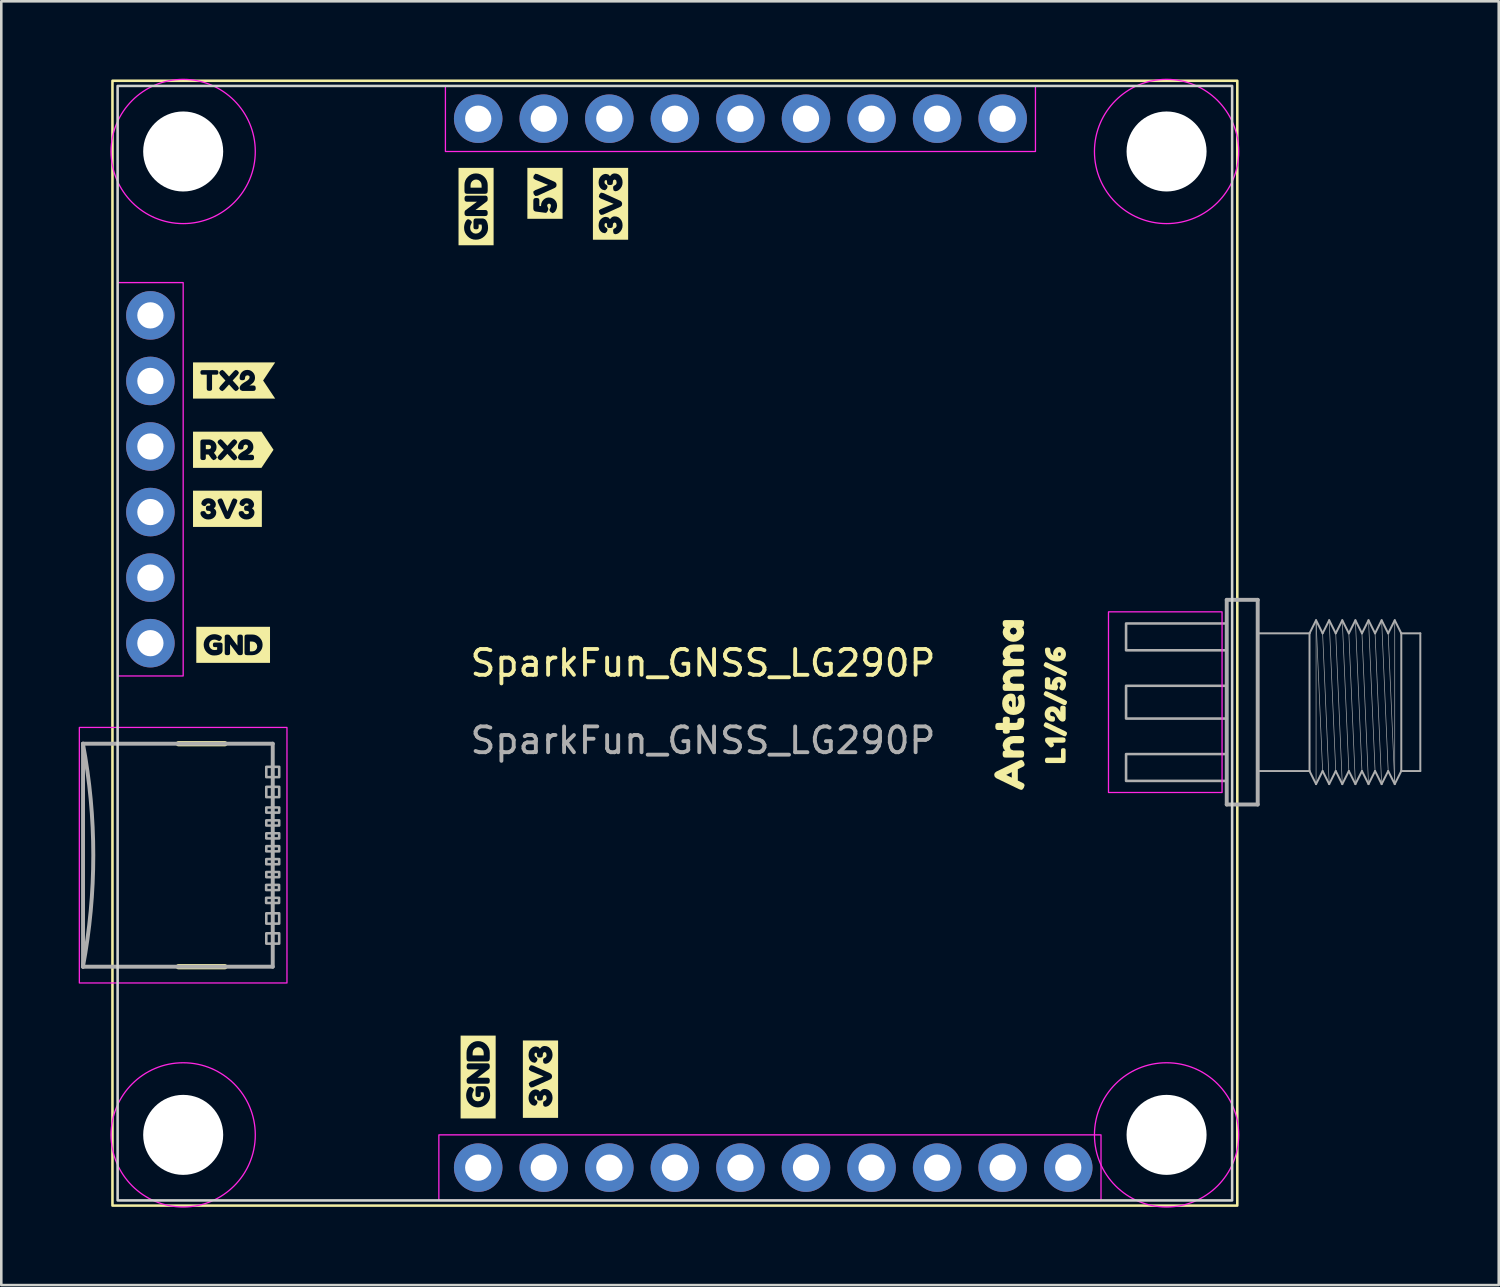
<source format=kicad_pcb>
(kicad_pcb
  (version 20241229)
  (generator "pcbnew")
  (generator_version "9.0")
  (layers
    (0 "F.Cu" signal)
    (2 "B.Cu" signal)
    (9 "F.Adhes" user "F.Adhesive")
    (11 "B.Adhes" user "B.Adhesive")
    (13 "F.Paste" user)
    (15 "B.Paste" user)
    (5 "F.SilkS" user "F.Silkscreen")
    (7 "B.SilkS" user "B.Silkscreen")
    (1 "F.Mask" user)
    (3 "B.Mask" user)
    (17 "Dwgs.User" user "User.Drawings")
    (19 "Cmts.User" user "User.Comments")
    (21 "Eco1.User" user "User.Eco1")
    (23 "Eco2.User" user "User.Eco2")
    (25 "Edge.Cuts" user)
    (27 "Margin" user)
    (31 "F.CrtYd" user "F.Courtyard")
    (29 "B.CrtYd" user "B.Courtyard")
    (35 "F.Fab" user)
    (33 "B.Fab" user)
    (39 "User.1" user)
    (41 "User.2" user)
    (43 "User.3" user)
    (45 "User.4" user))
  (footprint "SparkFun_GNSS_LG290P"
    (layer "F.Cu")
    (at 24.186 23.139)
    (property "Reference" "SparkFun_GNSS_LG290P" (at 0 -0.5 0) (unlocked yes) (layer "F.SilkS") (effects (font (size 1 1) (thickness 0.15))))
    (attr through_hole)
    (fp_line (start -18.524 2.625) (end -20.324 2.625) (stroke (width 0.203) (type solid)) (layer "F.SilkS"))
    (fp_line (start -18.524 11.265) (end -20.324 11.265) (stroke (width 0.203) (type solid)) (layer "F.SilkS"))
    (fp_rect (start -22.879 -23.06) (end 20.701 20.52) (stroke (width 0.1) (type solid)) (fill no) (layer "F.SilkS"))
    (fp_poly (pts (xy -19.262 -8.786) (xy -19.137 -8.786) (xy -19.082 -8.807) (xy -19.055 -8.87) (xy -19.08 -8.93) (xy -19.139 -8.954) (xy -19.262 -8.954) (xy -19.262 -8.786)) (stroke (width 0) (type solid)) (fill yes) (layer "F.SilkS"))
    (fp_poly (pts (xy 14.092 -0.053) (xy 14.042 0.01) (xy 13.971 -0.002) (xy 13.253 -0.346) (xy 13.198 -0.397) (xy 13.214 -0.475) (xy 13.267 -0.539) (xy 13.341 -0.523) (xy 14.052 -0.181) (xy 14.107 -0.132) (xy 14.092 -0.053)) (stroke (width 0) (type solid)) (fill yes) (layer "F.SilkS"))
    (fp_poly (pts (xy 14.092 1.071) (xy 14.042 1.134) (xy 13.971 1.122) (xy 13.253 0.778) (xy 13.198 0.727) (xy 13.214 0.649) (xy 13.267 0.585) (xy 13.341 0.601) (xy 14.052 0.943) (xy 14.107 0.992) (xy 14.092 1.071)) (stroke (width 0) (type solid)) (fill yes) (layer "F.SilkS"))
    (fp_poly (pts (xy 14.092 2.279) (xy 14.042 2.342) (xy 13.971 2.329) (xy 13.253 1.986) (xy 13.198 1.935) (xy 13.214 1.856) (xy 13.267 1.792) (xy 13.341 1.808) (xy 14.052 2.15) (xy 14.107 2.2) (xy 14.092 2.279)) (stroke (width 0) (type solid)) (fill yes) (layer "F.SilkS"))
    (fp_poly (pts (xy -17.554 -0.952) (xy -17.461 -0.952) (xy -17.389 -0.966) (xy -17.327 -1.007) (xy -17.285 -1.069) (xy -17.271 -1.142) (xy -17.285 -1.215) (xy -17.327 -1.277) (xy -17.389 -1.319) (xy -17.462 -1.333) (xy -17.554 -1.333) (xy -17.554 -0.952)) (stroke (width 0) (type solid)) (fill yes) (layer "F.SilkS"))
    (fp_poly (pts (xy -8.577 -18.917) (xy -8.577 -19.021) (xy -8.592 -19.102) (xy -8.639 -19.172) (xy -8.708 -19.219) (xy -8.79 -19.235) (xy -8.873 -19.219) (xy -8.942 -19.172) (xy -8.99 -19.102) (xy -9.005 -19.02) (xy -9.005 -18.917) (xy -8.577 -18.917)) (stroke (width 0) (type solid)) (fill yes) (layer "F.SilkS"))
    (fp_poly (pts (xy -8.496 14.701) (xy -8.496 14.597) (xy -8.512 14.515) (xy -8.559 14.446) (xy -8.628 14.399) (xy -8.71 14.383) (xy -8.792 14.399) (xy -8.862 14.446) (xy -8.909 14.515) (xy -8.925 14.598) (xy -8.925 14.701) (xy -8.496 14.701)) (stroke (width 0) (type solid)) (fill yes) (layer "F.SilkS"))
    (fp_poly (pts (xy 14.052 2.485) (xy 14.029 2.565) (xy 13.948 2.588) (xy 13.561 2.588) (xy 13.571 2.599) (xy 13.604 2.669) (xy 13.564 2.738) (xy 13.489 2.773) (xy 13.452 2.76) (xy 13.413 2.725) (xy 13.283 2.58) (xy 13.268 2.561) (xy 13.249 2.483) (xy 13.272 2.403) (xy 13.354 2.38) (xy 13.949 2.38) (xy 14.029 2.403) (xy 14.052 2.485)) (stroke (width 0) (type solid)) (fill yes) (layer "F.SilkS"))
    (fp_poly (pts (xy 14.05 3.271) (xy 14.042 3.33) (xy 14.015 3.362) (xy 13.984 3.373) (xy 13.944 3.375) (xy 13.353 3.375) (xy 13.314 3.373) (xy 13.283 3.362) (xy 13.257 3.33) (xy 13.249 3.27) (xy 13.257 3.21) (xy 13.283 3.178) (xy 13.314 3.167) (xy 13.354 3.166) (xy 13.871 3.166) (xy 13.871 2.886) (xy 13.873 2.854) (xy 13.882 2.827) (xy 13.909 2.805) (xy 13.96 2.798) (xy 14.011 2.805) (xy 14.038 2.827) (xy 14.048 2.855) (xy 14.05 2.887) (xy 14.05 3.271)) (stroke (width 0) (type solid)) (fill yes) (layer "F.SilkS"))
    (fp_poly (pts (xy 11.365 3.705) (xy 12.251 3.277) (xy 12.332 3.25) (xy 12.386 3.273) (xy 12.435 3.342) (xy 12.462 3.427) (xy 12.448 3.477) (xy 12.417 3.506) (xy 12.37 3.531) (xy 12.198 3.613) (xy 12.198 3.939) (xy 11.963 3.939) (xy 11.963 3.727) (xy 11.746 3.834) (xy 11.963 3.939) (xy 12.198 3.939) (xy 12.198 4.053) (xy 12.37 4.135) (xy 12.416 4.16) (xy 12.445 4.189) (xy 12.46 4.239) (xy 12.433 4.324) (xy 12.386 4.393) (xy 12.332 4.416) (xy 12.251 4.389) (xy 11.363 3.961) (xy 11.305 3.908) (xy 11.282 3.832) (xy 11.303 3.758) (xy 11.365 3.705)) (stroke (width 0) (type solid)) (fill yes) (layer "F.SilkS"))
    (fp_poly (pts (xy 11.609 -0.849) (xy 11.623 -0.949) (xy 11.663 -1.037) (xy 11.731 -1.114) (xy 11.818 -1.172) (xy 11.916 -1.207) (xy 12.027 -1.219) (xy 12.306 -1.219) (xy 12.361 -1.217) (xy 12.402 -1.203) (xy 12.434 -1.161) (xy 12.444 -1.08) (xy 12.43 -0.991) (xy 12.386 -0.949) (xy 12.305 -0.94) (xy 12.025 -0.94) (xy 11.924 -0.902) (xy 11.887 -0.802) (xy 11.925 -0.701) (xy 12.025 -0.662) (xy 12.306 -0.662) (xy 12.361 -0.66) (xy 12.402 -0.645) (xy 12.434 -0.604) (xy 12.444 -0.522) (xy 12.434 -0.442) (xy 12.402 -0.4) (xy 12.36 -0.387) (xy 12.305 -0.384) (xy 11.743 -0.384) (xy 11.69 -0.387) (xy 11.649 -0.402) (xy 11.619 -0.443) (xy 11.609 -0.524) (xy 11.619 -0.602) (xy 11.646 -0.643) (xy 11.711 -0.659) (xy 11.679 -0.687) (xy 11.646 -0.73) (xy 11.609 -0.849)) (stroke (width 0) (type solid)) (fill yes) (layer "F.SilkS"))
    (fp_poly (pts (xy 11.609 0.113) (xy 11.623 0.013) (xy 11.663 -0.075) (xy 11.731 -0.152) (xy 11.818 -0.21) (xy 11.916 -0.245) (xy 12.027 -0.257) (xy 12.306 -0.257) (xy 12.361 -0.255) (xy 12.402 -0.241) (xy 12.434 -0.199) (xy 12.444 -0.117) (xy 12.43 -0.029) (xy 12.386 0.013) (xy 12.305 0.022) (xy 12.025 0.022) (xy 11.924 0.06) (xy 11.887 0.16) (xy 11.925 0.261) (xy 12.025 0.3) (xy 12.306 0.3) (xy 12.361 0.302) (xy 12.402 0.317) (xy 12.434 0.358) (xy 12.444 0.44) (xy 12.434 0.52) (xy 12.402 0.562) (xy 12.36 0.575) (xy 12.305 0.578) (xy 11.743 0.578) (xy 11.69 0.575) (xy 11.649 0.56) (xy 11.619 0.519) (xy 11.609 0.438) (xy 11.619 0.36) (xy 11.646 0.319) (xy 11.711 0.303) (xy 11.679 0.275) (xy 11.646 0.232) (xy 11.609 0.113)) (stroke (width 0) (type solid)) (fill yes) (layer "F.SilkS"))
    (fp_poly (pts (xy 11.609 2.697) (xy 11.623 2.597) (xy 11.663 2.509) (xy 11.731 2.433) (xy 11.818 2.374) (xy 11.916 2.339) (xy 12.027 2.327) (xy 12.306 2.327) (xy 12.361 2.33) (xy 12.402 2.343) (xy 12.434 2.385) (xy 12.444 2.467) (xy 12.43 2.556) (xy 12.386 2.597) (xy 12.305 2.607) (xy 12.025 2.607) (xy 11.924 2.644) (xy 11.887 2.744) (xy 11.925 2.846) (xy 12.025 2.884) (xy 12.306 2.884) (xy 12.361 2.887) (xy 12.402 2.902) (xy 12.434 2.943) (xy 12.444 3.024) (xy 12.434 3.105) (xy 12.402 3.146) (xy 12.36 3.16) (xy 12.305 3.162) (xy 11.743 3.162) (xy 11.69 3.16) (xy 11.649 3.145) (xy 11.619 3.103) (xy 11.609 3.023) (xy 11.619 2.944) (xy 11.646 2.904) (xy 11.711 2.888) (xy 11.679 2.859) (xy 11.646 2.816) (xy 11.609 2.697)) (stroke (width 0) (type solid)) (fill yes) (layer "F.SilkS"))
    (fp_poly (pts (xy 11.698 -1.889) (xy 11.632 -1.925) (xy 11.609 -2.015) (xy 11.619 -2.107) (xy 11.652 -2.149) (xy 11.694 -2.163) (xy 11.749 -2.165) (xy 12.305 -2.165) (xy 12.36 -2.163) (xy 12.402 -2.149) (xy 12.433 -2.111) (xy 12.443 -2.041) (xy 12.421 -1.925) (xy 12.359 -1.891) (xy 12.422 -1.812) (xy 12.434 -1.741) (xy 12.165 -1.741) (xy 12.122 -1.839) (xy 12.028 -1.878) (xy 11.932 -1.841) (xy 11.887 -1.741) (xy 11.932 -1.639) (xy 12.029 -1.6) (xy 12.123 -1.641) (xy 12.165 -1.741) (xy 12.434 -1.741) (xy 12.443 -1.695) (xy 12.429 -1.605) (xy 12.387 -1.52) (xy 12.317 -1.44) (xy 12.229 -1.375) (xy 12.132 -1.335) (xy 12.026 -1.322) (xy 11.92 -1.336) (xy 11.823 -1.375) (xy 11.736 -1.441) (xy 11.666 -1.522) (xy 11.625 -1.609) (xy 11.611 -1.7) (xy 11.63 -1.799) (xy 11.666 -1.861) (xy 11.698 -1.889)) (stroke (width 0) (type solid)) (fill yes) (layer "F.SilkS"))
    (fp_poly (pts (xy 11.89 1.714) (xy 11.884 1.818) (xy 12.103 1.818) (xy 12.165 1.804) (xy 12.184 1.753) (xy 12.186 1.696) (xy 12.202 1.654) (xy 12.308 1.618) (xy 12.388 1.629) (xy 12.43 1.662) (xy 12.444 1.704) (xy 12.446 1.757) (xy 12.438 1.859) (xy 12.413 1.942) (xy 12.371 2.008) (xy 12.31 2.056) (xy 12.226 2.084) (xy 12.119 2.094) (xy 11.884 2.094) (xy 11.889 2.159) (xy 11.862 2.217) (xy 11.77 2.24) (xy 11.675 2.232) (xy 11.633 2.21) (xy 11.613 2.146) (xy 11.619 2.094) (xy 11.455 2.094) (xy 11.401 2.092) (xy 11.363 2.076) (xy 11.334 2.036) (xy 11.324 1.954) (xy 11.338 1.868) (xy 11.382 1.826) (xy 11.463 1.818) (xy 11.619 1.818) (xy 11.613 1.712) (xy 11.615 1.658) (xy 11.63 1.616) (xy 11.671 1.585) (xy 11.752 1.575) (xy 11.833 1.586) (xy 11.875 1.618) (xy 11.888 1.66) (xy 11.89 1.714)) (stroke (width 0) (type solid)) (fill yes) (layer "F.SilkS"))
    (fp_poly (pts (xy 12.119 0.837) (xy 12.119 1.016) (xy 11.975 1.016) (xy 11.924 0.956) (xy 11.865 0.983) (xy 11.843 1.063) (xy 11.885 1.165) (xy 11.975 1.216) (xy 11.975 1.016) (xy 12.119 1.016) (xy 12.119 1.213) (xy 12.194 1.16) (xy 12.224 1.056) (xy 12.219 0.974) (xy 12.205 0.911) (xy 12.198 0.894) (xy 12.181 0.83) (xy 12.252 0.743) (xy 12.325 0.722) (xy 12.387 0.743) (xy 12.431 0.807) (xy 12.458 0.913) (xy 12.467 1.06) (xy 12.457 1.171) (xy 12.426 1.269) (xy 12.379 1.35) (xy 12.319 1.411) (xy 12.23 1.467) (xy 12.134 1.5) (xy 12.032 1.511) (xy 11.907 1.497) (xy 11.801 1.454) (xy 11.712 1.382) (xy 11.645 1.289) (xy 11.605 1.181) (xy 11.592 1.059) (xy 11.602 0.956) (xy 11.631 0.868) (xy 11.679 0.794) (xy 11.748 0.735) (xy 11.834 0.695) (xy 11.928 0.681) (xy 12.013 0.693) (xy 12.072 0.729) (xy 12.119 0.837)) (stroke (width 0) (type solid)) (fill yes) (layer "F.SilkS"))
    (fp_poly (pts (xy 14.065 0.31) (xy 14.06 0.372) (xy 14.045 0.429) (xy 14.005 0.507) (xy 13.984 0.531) (xy 13.915 0.574) (xy 13.837 0.532) (xy 13.798 0.461) (xy 13.836 0.383) (xy 13.854 0.317) (xy 13.837 0.262) (xy 13.789 0.243) (xy 13.741 0.263) (xy 13.722 0.314) (xy 13.738 0.358) (xy 13.766 0.422) (xy 13.743 0.497) (xy 13.709 0.548) (xy 13.675 0.562) (xy 13.35 0.52) (xy 13.318 0.514) (xy 13.287 0.501) (xy 13.257 0.469) (xy 13.246 0.414) (xy 13.247 0.152) (xy 13.25 0.113) (xy 13.261 0.082) (xy 13.293 0.056) (xy 13.355 0.048) (xy 13.412 0.055) (xy 13.443 0.08) (xy 13.453 0.11) (xy 13.455 0.146) (xy 13.455 0.323) (xy 13.515 0.331) (xy 13.513 0.311) (xy 13.513 0.306) (xy 13.522 0.236) (xy 13.549 0.172) (xy 13.594 0.114) (xy 13.65 0.069) (xy 13.713 0.041) (xy 13.781 0.032) (xy 13.857 0.041) (xy 13.924 0.068) (xy 13.983 0.112) (xy 14.028 0.17) (xy 14.055 0.236) (xy 14.065 0.31)) (stroke (width 0) (type solid)) (fill yes) (layer "F.SilkS"))
    (fp_poly (pts (xy 14.063 -0.849) (xy 14.063 -0.845) (xy 13.868 -0.845) (xy 13.853 -0.9) (xy 13.807 -0.917) (xy 13.766 -0.898) (xy 13.751 -0.852) (xy 13.766 -0.795) (xy 13.805 -0.775) (xy 13.853 -0.791) (xy 13.868 -0.845) (xy 14.063 -0.845) (xy 14.054 -0.766) (xy 14.024 -0.695) (xy 13.976 -0.637) (xy 13.91 -0.594) (xy 13.83 -0.568) (xy 13.735 -0.56) (xy 13.652 -0.565) (xy 13.575 -0.579) (xy 13.505 -0.604) (xy 13.441 -0.638) (xy 13.384 -0.682) (xy 13.324 -0.748) (xy 13.282 -0.823) (xy 13.257 -0.908) (xy 13.249 -1.002) (xy 13.251 -1.04) (xy 13.262 -1.07) (xy 13.294 -1.095) (xy 13.354 -1.102) (xy 13.413 -1.094) (xy 13.445 -1.068) (xy 13.456 -1.036) (xy 13.458 -0.997) (xy 13.467 -0.922) (xy 13.495 -0.865) (xy 13.533 -0.824) (xy 13.575 -0.797) (xy 13.563 -0.857) (xy 13.571 -0.926) (xy 13.595 -0.988) (xy 13.635 -1.044) (xy 13.685 -1.089) (xy 13.741 -1.115) (xy 13.801 -1.124) (xy 13.871 -1.115) (xy 13.933 -1.089) (xy 13.987 -1.044) (xy 14.03 -0.987) (xy 14.055 -0.922) (xy 14.063 -0.849)) (stroke (width 0) (type solid)) (fill yes) (layer "F.SilkS"))
    (fp_poly (pts (xy 14.052 1.667) (xy 14.02 1.741) (xy 13.946 1.772) (xy 13.887 1.761) (xy 13.834 1.73) (xy 13.794 1.691) (xy 13.752 1.635) (xy 13.712 1.575) (xy 13.68 1.52) (xy 13.648 1.47) (xy 13.609 1.427) (xy 13.566 1.396) (xy 13.522 1.386) (xy 13.492 1.39) (xy 13.462 1.415) (xy 13.447 1.473) (xy 13.47 1.54) (xy 13.542 1.562) (xy 13.578 1.564) (xy 13.607 1.575) (xy 13.631 1.607) (xy 13.639 1.667) (xy 13.631 1.727) (xy 13.604 1.759) (xy 13.573 1.77) (xy 13.533 1.772) (xy 13.46 1.762) (xy 13.392 1.735) (xy 13.329 1.689) (xy 13.278 1.629) (xy 13.247 1.557) (xy 13.237 1.474) (xy 13.247 1.395) (xy 13.276 1.324) (xy 13.325 1.262) (xy 13.388 1.214) (xy 13.459 1.185) (xy 13.539 1.175) (xy 13.597 1.181) (xy 13.651 1.198) (xy 13.7 1.224) (xy 13.741 1.257) (xy 13.801 1.326) (xy 13.841 1.395) (xy 13.841 1.252) (xy 13.844 1.213) (xy 13.855 1.182) (xy 13.887 1.156) (xy 13.948 1.148) (xy 14.007 1.156) (xy 14.038 1.182) (xy 14.05 1.215) (xy 14.052 1.254) (xy 14.052 1.667)) (stroke (width 0) (type solid)) (fill yes) (layer "F.SilkS"))
    (fp_poly (pts (xy -6.804 -17.928) (xy -6.804 -17.713) (xy -5.439 -17.713) (xy -5.439 -17.928) (xy -5.439 -18.225) (xy -5.653 -18.225) (xy -5.659 -18.156) (xy -5.676 -18.091) (xy -5.72 -18.004) (xy -5.743 -17.977) (xy -5.822 -17.928) (xy -5.91 -17.976) (xy -5.953 -18.055) (xy -5.911 -18.143) (xy -5.89 -18.218) (xy -5.91 -18.279) (xy -5.964 -18.301) (xy -6.017 -18.278) (xy -6.038 -18.221) (xy -6.02 -18.171) (xy -5.989 -18.099) (xy -6.015 -18.015) (xy -6.054 -17.958) (xy -6.091 -17.942) (xy -6.457 -17.99) (xy -6.493 -17.996) (xy -6.528 -18.011) (xy -6.562 -18.047) (xy -6.574 -18.108) (xy -6.573 -18.403) (xy -6.57 -18.447) (xy -6.558 -18.482) (xy -6.522 -18.511) (xy -6.452 -18.52) (xy -6.387 -18.512) (xy -6.353 -18.484) (xy -6.342 -18.451) (xy -6.34 -18.409) (xy -6.34 -18.211) (xy -6.271 -18.202) (xy -6.274 -18.224) (xy -6.274 -18.23) (xy -6.264 -18.309) (xy -6.234 -18.38) (xy -6.183 -18.446) (xy -6.119 -18.497) (xy -6.049 -18.528) (xy -5.973 -18.538) (xy -5.887 -18.528) (xy -5.812 -18.498) (xy -5.745 -18.448) (xy -5.694 -18.383) (xy -5.664 -18.309) (xy -5.653 -18.225) (xy -5.439 -18.225) (xy -5.439 -19.027) (xy -5.671 -19.027) (xy -5.687 -18.955) (xy -5.736 -18.912) (xy -6.407 -18.606) (xy -6.496 -18.594) (xy -6.557 -18.666) (xy -6.577 -18.762) (xy -6.503 -18.821) (xy -6.002 -19.025) (xy -6.503 -19.228) (xy -6.576 -19.289) (xy -6.557 -19.384) (xy -6.495 -19.458) (xy -6.407 -19.443) (xy -5.736 -19.138) (xy -5.689 -19.094) (xy -5.671 -19.027) (xy -5.439 -19.027) (xy -5.439 -19.47) (xy -5.439 -19.685) (xy -6.804 -19.685) (xy -6.804 -19.47) (xy -6.804 -17.928)) (stroke (width 0) (type solid)) (fill yes) (layer "F.SilkS"))
    (fp_poly (pts (xy -19.472 -12.148) (xy -19.758 -12.148) (xy -19.758 -10.746) (xy -19.472 -10.746) (xy -19.124 -10.746) (xy -19.124 -11.046) (xy -19.183 -11.054) (xy -19.214 -11.08) (xy -19.224 -11.111) (xy -19.226 -11.149) (xy -19.226 -11.672) (xy -19.385 -11.672) (xy -19.418 -11.674) (xy -19.443 -11.683) (xy -19.465 -11.71) (xy -19.472 -11.761) (xy -19.465 -11.811) (xy -19.443 -11.837) (xy -19.416 -11.846) (xy -19.384 -11.848) (xy -18.861 -11.848) (xy -18.828 -11.846) (xy -18.802 -11.837) (xy -18.781 -11.81) (xy -18.774 -11.76) (xy -18.781 -11.71) (xy -18.803 -11.683) (xy -18.829 -11.674) (xy -18.862 -11.672) (xy -19.02 -11.672) (xy -19.02 -11.148) (xy -19.022 -11.109) (xy -19.032 -11.079) (xy -19.064 -11.054) (xy -19.124 -11.046) (xy -19.124 -10.746) (xy -18.101 -10.746) (xy -18.101 -11.034) (xy -18.171 -11.081) (xy -18.362 -11.292) (xy -18.554 -11.081) (xy -18.624 -11.034) (xy -18.702 -11.075) (xy -18.747 -11.147) (xy -18.707 -11.221) (xy -18.502 -11.446) (xy -18.709 -11.672) (xy -18.747 -11.745) (xy -18.703 -11.82) (xy -18.625 -11.86) (xy -18.555 -11.813) (xy -18.362 -11.601) (xy -18.169 -11.813) (xy -18.1 -11.86) (xy -18.022 -11.82) (xy -17.977 -11.745) (xy -18.016 -11.672) (xy -18.222 -11.446) (xy -18.017 -11.221) (xy -17.978 -11.147) (xy -18.023 -11.075) (xy -18.101 -11.034) (xy -18.101 -10.746) (xy -17.848 -10.746) (xy -17.848 -11.044) (xy -17.921 -11.075) (xy -17.952 -11.15) (xy -17.942 -11.208) (xy -17.911 -11.261) (xy -17.871 -11.302) (xy -17.816 -11.344) (xy -17.755 -11.383) (xy -17.7 -11.416) (xy -17.651 -11.448) (xy -17.607 -11.487) (xy -17.576 -11.529) (xy -17.566 -11.574) (xy -17.57 -11.604) (xy -17.595 -11.634) (xy -17.653 -11.649) (xy -17.72 -11.625) (xy -17.743 -11.554) (xy -17.744 -11.517) (xy -17.755 -11.488) (xy -17.787 -11.464) (xy -17.848 -11.457) (xy -17.907 -11.465) (xy -17.939 -11.491) (xy -17.95 -11.523) (xy -17.952 -11.562) (xy -17.943 -11.635) (xy -17.915 -11.703) (xy -17.87 -11.767) (xy -17.809 -11.818) (xy -17.737 -11.848) (xy -17.654 -11.858) (xy -17.575 -11.849) (xy -17.505 -11.819) (xy -17.443 -11.77) (xy -17.394 -11.707) (xy -17.365 -11.636) (xy -17.356 -11.556) (xy -17.361 -11.499) (xy -17.378 -11.444) (xy -17.404 -11.396) (xy -17.437 -11.355) (xy -17.507 -11.295) (xy -17.575 -11.254) (xy -17.432 -11.254) (xy -17.393 -11.252) (xy -17.362 -11.24) (xy -17.336 -11.208) (xy -17.328 -11.148) (xy -17.336 -11.089) (xy -17.363 -11.057) (xy -17.395 -11.046) (xy -17.435 -11.044) (xy -17.848 -11.044) (xy -17.848 -10.746) (xy -17.328 -10.746) (xy -17.042 -10.746) (xy -16.575 -10.746) (xy -17.042 -11.447) (xy -16.575 -12.148) (xy -17.042 -12.148) (xy -17.328 -12.148) (xy -19.472 -12.148)) (stroke (width 0) (type solid)) (fill yes) (layer "F.SilkS"))
    (fp_poly (pts (xy -19.472 -9.464) (xy -19.758 -9.464) (xy -19.758 -8.062) (xy -19.472 -8.062) (xy -18.969 -8.062) (xy -18.969 -8.359) (xy -19.034 -8.412) (xy -19.156 -8.578) (xy -19.262 -8.578) (xy -19.262 -8.467) (xy -19.264 -8.428) (xy -19.275 -8.397) (xy -19.307 -8.371) (xy -19.368 -8.363) (xy -19.427 -8.371) (xy -19.459 -8.397) (xy -19.47 -8.429) (xy -19.472 -8.468) (xy -19.472 -9.059) (xy -19.47 -9.097) (xy -19.459 -9.129) (xy -19.427 -9.155) (xy -19.367 -9.163) (xy -19.137 -9.163) (xy -19.09 -9.158) (xy -19.042 -9.145) (xy -18.994 -9.122) (xy -18.948 -9.092) (xy -18.907 -9.052) (xy -18.874 -8.999) (xy -18.853 -8.937) (xy -18.846 -8.869) (xy -18.857 -8.783) (xy -18.891 -8.709) (xy -18.947 -8.647) (xy -18.864 -8.537) (xy -18.833 -8.458) (xy -18.888 -8.39) (xy -18.969 -8.359) (xy -18.969 -8.062) (xy -18.165 -8.062) (xy -18.165 -8.35) (xy -18.235 -8.397) (xy -18.426 -8.608) (xy -18.618 -8.397) (xy -18.688 -8.35) (xy -18.766 -8.39) (xy -18.811 -8.463) (xy -18.771 -8.537) (xy -18.567 -8.762) (xy -18.773 -8.988) (xy -18.811 -9.061) (xy -18.767 -9.136) (xy -18.689 -9.176) (xy -18.619 -9.129) (xy -18.426 -8.917) (xy -18.234 -9.129) (xy -18.164 -9.176) (xy -18.086 -9.136) (xy -18.041 -9.061) (xy -18.08 -8.988) (xy -18.286 -8.762) (xy -18.081 -8.537) (xy -18.042 -8.463) (xy -18.087 -8.39) (xy -18.165 -8.35) (xy -18.165 -8.062) (xy -17.912 -8.062) (xy -17.912 -8.36) (xy -17.985 -8.391) (xy -18.016 -8.466) (xy -18.006 -8.524) (xy -17.975 -8.577) (xy -17.935 -8.618) (xy -17.88 -8.66) (xy -17.82 -8.699) (xy -17.764 -8.732) (xy -17.715 -8.764) (xy -17.671 -8.802) (xy -17.641 -8.845) (xy -17.63 -8.889) (xy -17.634 -8.92) (xy -17.66 -8.95) (xy -17.717 -8.965) (xy -17.784 -8.941) (xy -17.807 -8.87) (xy -17.808 -8.833) (xy -17.819 -8.804) (xy -17.851 -8.78) (xy -17.912 -8.773) (xy -17.971 -8.781) (xy -18.003 -8.807) (xy -18.014 -8.839) (xy -18.016 -8.878) (xy -18.007 -8.951) (xy -17.979 -9.019) (xy -17.934 -9.083) (xy -17.873 -9.134) (xy -17.801 -9.164) (xy -17.719 -9.174) (xy -17.64 -9.165) (xy -17.569 -9.135) (xy -17.507 -9.086) (xy -17.458 -9.023) (xy -17.429 -8.952) (xy -17.42 -8.872) (xy -17.425 -8.815) (xy -17.442 -8.76) (xy -17.468 -8.711) (xy -17.501 -8.671) (xy -17.571 -8.611) (xy -17.64 -8.57) (xy -17.496 -8.57) (xy -17.457 -8.568) (xy -17.426 -8.556) (xy -17.4 -8.524) (xy -17.392 -8.464) (xy -17.4 -8.405) (xy -17.427 -8.373) (xy -17.459 -8.362) (xy -17.499 -8.36) (xy -17.912 -8.36) (xy -17.912 -8.062) (xy -17.392 -8.062) (xy -17.106 -8.062) (xy -16.639 -8.763) (xy -17.106 -9.464) (xy -17.392 -9.464) (xy -19.472 -9.464)) (stroke (width 0) (type solid)) (fill yes) (layer "F.SilkS"))
    (fp_poly (pts (xy -19.345 -1.905) (xy -19.631 -1.905) (xy -19.631 -0.506) (xy -19.345 -0.506) (xy -18.942 -0.506) (xy -18.942 -0.793) (xy -19.022 -0.8) (xy -19.095 -0.824) (xy -19.163 -0.863) (xy -19.226 -0.917) (xy -19.278 -0.983) (xy -19.315 -1.054) (xy -19.337 -1.132) (xy -19.345 -1.216) (xy -19.337 -1.296) (xy -19.315 -1.37) (xy -19.277 -1.438) (xy -19.224 -1.5) (xy -19.161 -1.552) (xy -19.091 -1.589) (xy -19.016 -1.611) (xy -18.934 -1.619) (xy -18.875 -1.615) (xy -18.811 -1.602) (xy -18.751 -1.582) (xy -18.702 -1.556) (xy -18.67 -1.533) (xy -18.648 -1.509) (xy -18.638 -1.476) (xy -18.664 -1.412) (xy -18.706 -1.366) (xy -18.749 -1.351) (xy -18.81 -1.377) (xy -18.869 -1.401) (xy -18.94 -1.409) (xy -19.015 -1.395) (xy -19.078 -1.353) (xy -19.121 -1.29) (xy -19.135 -1.214) (xy -19.121 -1.135) (xy -19.076 -1.067) (xy -19.012 -1.02) (xy -18.937 -1.004) (xy -18.872 -1.008) (xy -18.823 -1.019) (xy -18.823 -1.118) (xy -18.908 -1.118) (xy -18.939 -1.119) (xy -18.963 -1.128) (xy -18.982 -1.155) (xy -18.988 -1.207) (xy -18.982 -1.257) (xy -18.96 -1.284) (xy -18.935 -1.293) (xy -18.904 -1.295) (xy -18.704 -1.295) (xy -18.66 -1.287) (xy -18.633 -1.272) (xy -18.619 -1.249) (xy -18.614 -1.224) (xy -18.614 -1.195) (xy -18.614 -0.961) (xy -18.641 -0.895) (xy -18.673 -0.864) (xy -18.715 -0.837) (xy -18.779 -0.812) (xy -18.854 -0.798) (xy -18.942 -0.793) (xy -18.942 -0.506) (xy -18.427 -0.506) (xy -18.427 -0.804) (xy -18.486 -0.812) (xy -18.517 -0.838) (xy -18.528 -0.869) (xy -18.53 -0.909) (xy -18.53 -1.503) (xy -18.528 -1.542) (xy -18.516 -1.572) (xy -18.485 -1.597) (xy -18.425 -1.604) (xy -18.373 -1.597) (xy -18.343 -1.583) (xy -18.323 -1.559) (xy -18.037 -1.175) (xy -18.037 -1.503) (xy -18.034 -1.541) (xy -18.023 -1.571) (xy -17.991 -1.596) (xy -17.931 -1.604) (xy -17.872 -1.596) (xy -17.84 -1.57) (xy -17.829 -1.538) (xy -17.827 -1.499) (xy -17.827 -0.908) (xy -17.829 -0.869) (xy -17.84 -0.838) (xy -17.872 -0.812) (xy -17.933 -0.804) (xy -17.992 -0.81) (xy -18.025 -0.835) (xy -18.322 -1.226) (xy -18.322 -0.908) (xy -18.323 -0.869) (xy -18.334 -0.838) (xy -18.366 -0.812) (xy -18.427 -0.804) (xy -18.427 -0.506) (xy -17.659 -0.506) (xy -17.659 -0.805) (xy -17.717 -0.813) (xy -17.748 -0.838) (xy -17.76 -0.87) (xy -17.763 -0.91) (xy -17.763 -1.502) (xy -17.761 -1.54) (xy -17.751 -1.572) (xy -17.719 -1.598) (xy -17.658 -1.605) (xy -17.461 -1.605) (xy -17.382 -1.598) (xy -17.309 -1.576) (xy -17.241 -1.539) (xy -17.179 -1.488) (xy -17.128 -1.427) (xy -17.091 -1.36) (xy -17.069 -1.288) (xy -17.062 -1.209) (xy -17.069 -1.129) (xy -17.091 -1.054) (xy -17.128 -0.986) (xy -17.179 -0.924) (xy -17.242 -0.872) (xy -17.31 -0.835) (xy -17.384 -0.813) (xy -17.464 -0.805) (xy -17.659 -0.805) (xy -17.659 -0.506) (xy -17.062 -0.506) (xy -16.775 -0.506) (xy -16.775 -1.905) (xy -17.062 -1.905) (xy -19.345 -1.905)) (stroke (width 0) (type solid)) (fill yes) (layer "F.SilkS"))
    (fp_poly (pts (xy -9.471 -16.902) (xy -9.471 -16.687) (xy -8.112 -16.687) (xy -8.112 -16.902) (xy -8.112 -17.355) (xy -8.327 -17.355) (xy -8.336 -17.265) (xy -8.362 -17.182) (xy -8.406 -17.106) (xy -8.467 -17.036) (xy -8.541 -16.977) (xy -8.621 -16.935) (xy -8.709 -16.91) (xy -8.803 -16.902) (xy -8.893 -16.91) (xy -8.977 -16.936) (xy -9.053 -16.978) (xy -9.123 -17.038) (xy -9.181 -17.109) (xy -9.223 -17.187) (xy -9.248 -17.272) (xy -9.256 -17.364) (xy -9.252 -17.431) (xy -9.238 -17.502) (xy -9.215 -17.57) (xy -9.186 -17.625) (xy -9.16 -17.661) (xy -9.133 -17.685) (xy -9.095 -17.697) (xy -9.023 -17.668) (xy -8.972 -17.62) (xy -8.955 -17.573) (xy -8.985 -17.503) (xy -9.012 -17.437) (xy -9.021 -17.358) (xy -9.005 -17.273) (xy -8.957 -17.202) (xy -8.886 -17.153) (xy -8.801 -17.137) (xy -8.712 -17.154) (xy -8.636 -17.204) (xy -8.583 -17.277) (xy -8.565 -17.36) (xy -8.569 -17.434) (xy -8.582 -17.489) (xy -8.692 -17.489) (xy -8.692 -17.394) (xy -8.694 -17.359) (xy -8.705 -17.332) (xy -8.735 -17.31) (xy -8.793 -17.303) (xy -8.85 -17.311) (xy -8.88 -17.334) (xy -8.89 -17.363) (xy -8.892 -17.397) (xy -8.892 -17.623) (xy -8.883 -17.672) (xy -8.866 -17.703) (xy -8.841 -17.718) (xy -8.812 -17.724) (xy -8.78 -17.724) (xy -8.516 -17.724) (xy -8.442 -17.694) (xy -8.407 -17.657) (xy -8.377 -17.61) (xy -8.349 -17.539) (xy -8.332 -17.454) (xy -8.327 -17.355) (xy -8.112 -17.355) (xy -8.112 -17.934) (xy -8.34 -17.934) (xy -8.349 -17.868) (xy -8.378 -17.833) (xy -8.413 -17.821) (xy -8.458 -17.818) (xy -9.126 -17.818) (xy -9.169 -17.821) (xy -9.204 -17.834) (xy -9.231 -17.869) (xy -9.24 -17.937) (xy -9.232 -17.996) (xy -9.216 -18.028) (xy -9.189 -18.052) (xy -8.757 -18.373) (xy -9.126 -18.373) (xy -9.169 -18.376) (xy -9.203 -18.389) (xy -9.231 -18.425) (xy -9.24 -18.492) (xy -9.231 -18.559) (xy -9.201 -18.595) (xy -9.166 -18.607) (xy -9.121 -18.609) (xy -8.457 -18.609) (xy -8.412 -18.607) (xy -8.378 -18.595) (xy -8.349 -18.559) (xy -8.34 -18.491) (xy -8.347 -18.424) (xy -8.374 -18.386) (xy -8.815 -18.053) (xy -8.457 -18.053) (xy -8.412 -18.051) (xy -8.378 -18.039) (xy -8.349 -18.003) (xy -8.34 -17.934) (xy -8.112 -17.934) (xy -8.112 -18.798) (xy -8.341 -18.798) (xy -8.35 -18.733) (xy -8.378 -18.698) (xy -8.414 -18.684) (xy -8.459 -18.681) (xy -9.125 -18.681) (xy -9.168 -18.683) (xy -9.204 -18.695) (xy -9.233 -18.731) (xy -9.241 -18.8) (xy -9.241 -19.021) (xy -9.233 -19.11) (xy -9.208 -19.192) (xy -9.167 -19.268) (xy -9.11 -19.338) (xy -9.041 -19.396) (xy -8.965 -19.437) (xy -8.884 -19.462) (xy -8.795 -19.47) (xy -8.705 -19.462) (xy -8.621 -19.437) (xy -8.544 -19.396) (xy -8.474 -19.338) (xy -8.416 -19.268) (xy -8.374 -19.191) (xy -8.349 -19.108) (xy -8.341 -19.017) (xy -8.341 -18.798) (xy -8.112 -18.798) (xy -8.112 -19.47) (xy -8.112 -19.685) (xy -9.471 -19.685) (xy -9.471 -19.47) (xy -9.471 -16.902)) (stroke (width 0) (type solid)) (fill yes) (layer "F.SilkS"))
    (fp_poly (pts (xy -9.391 16.716) (xy -9.391 17.145) (xy -8.032 17.145) (xy -8.032 16.716) (xy -8.032 16.263) (xy -8.247 16.263) (xy -8.255 16.352) (xy -8.282 16.435) (xy -8.326 16.512) (xy -8.387 16.582) (xy -8.461 16.64) (xy -8.541 16.682) (xy -8.629 16.707) (xy -8.723 16.716) (xy -8.813 16.707) (xy -8.896 16.682) (xy -8.973 16.639) (xy -9.043 16.58) (xy -9.101 16.509) (xy -9.143 16.43) (xy -9.168 16.345) (xy -9.176 16.254) (xy -9.172 16.187) (xy -9.158 16.115) (xy -9.135 16.047) (xy -9.105 15.992) (xy -9.08 15.956) (xy -9.053 15.932) (xy -9.015 15.92) (xy -8.943 15.95) (xy -8.892 15.997) (xy -8.875 16.045) (xy -8.905 16.115) (xy -8.932 16.181) (xy -8.941 16.26) (xy -8.925 16.345) (xy -8.877 16.416) (xy -8.806 16.464) (xy -8.72 16.48) (xy -8.632 16.463) (xy -8.556 16.413) (xy -8.502 16.341) (xy -8.485 16.257) (xy -8.489 16.183) (xy -8.502 16.129) (xy -8.612 16.129) (xy -8.612 16.224) (xy -8.614 16.259) (xy -8.624 16.286) (xy -8.655 16.308) (xy -8.713 16.314) (xy -8.769 16.307) (xy -8.8 16.283) (xy -8.81 16.255) (xy -8.812 16.22) (xy -8.812 15.995) (xy -8.803 15.945) (xy -8.786 15.915) (xy -8.76 15.9) (xy -8.732 15.894) (xy -8.7 15.893) (xy -8.436 15.893) (xy -8.362 15.924) (xy -8.327 15.96) (xy -8.297 16.008) (xy -8.269 16.079) (xy -8.252 16.164) (xy -8.247 16.263) (xy -8.032 16.263) (xy -8.032 15.683) (xy -8.259 15.683) (xy -8.268 15.75) (xy -8.297 15.784) (xy -8.333 15.797) (xy -8.378 15.799) (xy -9.046 15.799) (xy -9.089 15.797) (xy -9.123 15.784) (xy -9.151 15.748) (xy -9.159 15.681) (xy -9.152 15.622) (xy -9.136 15.589) (xy -9.109 15.566) (xy -8.677 15.244) (xy -9.046 15.244) (xy -9.089 15.242) (xy -9.123 15.229) (xy -9.15 15.193) (xy -9.159 15.126) (xy -9.15 15.059) (xy -9.121 15.023) (xy -9.085 15.01) (xy -9.041 15.009) (xy -8.377 15.009) (xy -8.332 15.01) (xy -8.297 15.023) (xy -8.268 15.059) (xy -8.259 15.127) (xy -8.267 15.193) (xy -8.294 15.231) (xy -8.735 15.565) (xy -8.377 15.565) (xy -8.332 15.567) (xy -8.297 15.579) (xy -8.268 15.615) (xy -8.259 15.683) (xy -8.032 15.683) (xy -8.032 14.819) (xy -8.261 14.819) (xy -8.27 14.884) (xy -8.297 14.92) (xy -8.333 14.933) (xy -8.379 14.936) (xy -9.045 14.936) (xy -9.088 14.934) (xy -9.123 14.922) (xy -9.152 14.886) (xy -9.161 14.818) (xy -9.161 14.597) (xy -9.153 14.508) (xy -9.128 14.425) (xy -9.087 14.349) (xy -9.029 14.28) (xy -8.961 14.222) (xy -8.885 14.18) (xy -8.803 14.155) (xy -8.715 14.147) (xy -8.625 14.155) (xy -8.541 14.18) (xy -8.464 14.222) (xy -8.394 14.28) (xy -8.336 14.35) (xy -8.294 14.426) (xy -8.269 14.51) (xy -8.261 14.6) (xy -8.261 14.819) (xy -8.032 14.819) (xy -8.032 14.147) (xy -8.032 13.933) (xy -9.391 13.933) (xy -9.391 14.147) (xy -9.391 16.716)) (stroke (width 0) (type solid)) (fill yes) (layer "F.SilkS"))
    (fp_poly (pts (xy -19.472 -7.179) (xy -19.758 -7.179) (xy -19.758 -5.775) (xy -19.472 -5.775) (xy -19.166 -5.775) (xy -19.166 -6.062) (xy -19.245 -6.07) (xy -19.316 -6.096) (xy -19.38 -6.139) (xy -19.431 -6.193) (xy -19.462 -6.253) (xy -19.472 -6.318) (xy -19.443 -6.372) (xy -19.357 -6.39) (xy -19.294 -6.377) (xy -19.261 -6.324) (xy -19.259 -6.317) (xy -19.25 -6.304) (xy -19.233 -6.286) (xy -19.206 -6.273) (xy -19.165 -6.266) (xy -19.094 -6.284) (xy -19.067 -6.332) (xy -19.089 -6.381) (xy -19.155 -6.398) (xy -19.186 -6.398) (xy -19.213 -6.403) (xy -19.238 -6.417) (xy -19.252 -6.447) (xy -19.259 -6.498) (xy -19.252 -6.555) (xy -19.228 -6.585) (xy -19.198 -6.594) (xy -19.162 -6.596) (xy -19.154 -6.596) (xy -19.1 -6.603) (xy -19.084 -6.633) (xy -19.103 -6.672) (xy -19.155 -6.686) (xy -19.204 -6.675) (xy -19.237 -6.641) (xy -19.272 -6.593) (xy -19.32 -6.58) (xy -19.381 -6.601) (xy -19.438 -6.664) (xy -19.422 -6.743) (xy -19.42 -6.747) (xy -19.414 -6.759) (xy -19.402 -6.778) (xy -19.384 -6.801) (xy -19.359 -6.825) (xy -19.325 -6.849) (xy -19.282 -6.869) (xy -19.23 -6.883) (xy -19.166 -6.888) (xy -19.083 -6.879) (xy -19.012 -6.853) (xy -18.953 -6.81) (xy -18.909 -6.756) (xy -18.882 -6.699) (xy -18.873 -6.637) (xy -18.893 -6.553) (xy -18.952 -6.496) (xy -18.888 -6.435) (xy -18.865 -6.389) (xy -18.857 -6.334) (xy -18.867 -6.26) (xy -18.896 -6.195) (xy -18.945 -6.139) (xy -19.008 -6.096) (xy -19.082 -6.07) (xy -19.166 -6.062) (xy -19.166 -5.775) (xy -18.422 -5.775) (xy -18.422 -6.076) (xy -18.486 -6.091) (xy -18.525 -6.134) (xy -18.797 -6.73) (xy -18.808 -6.809) (xy -18.744 -6.864) (xy -18.658 -6.881) (xy -18.605 -6.816) (xy -18.425 -6.371) (xy -18.244 -6.816) (xy -18.19 -6.88) (xy -18.105 -6.864) (xy -18.04 -6.809) (xy -18.053 -6.73) (xy -18.324 -6.134) (xy -18.363 -6.092) (xy -18.422 -6.076) (xy -18.422 -5.775) (xy -17.686 -5.775) (xy -17.686 -6.062) (xy -17.765 -6.07) (xy -17.836 -6.096) (xy -17.9 -6.139) (xy -17.951 -6.193) (xy -17.982 -6.253) (xy -17.992 -6.318) (xy -17.963 -6.372) (xy -17.878 -6.39) (xy -17.815 -6.377) (xy -17.781 -6.324) (xy -17.779 -6.317) (xy -17.771 -6.304) (xy -17.753 -6.286) (xy -17.726 -6.273) (xy -17.685 -6.266) (xy -17.614 -6.284) (xy -17.587 -6.332) (xy -17.609 -6.381) (xy -17.675 -6.398) (xy -17.706 -6.398) (xy -17.733 -6.403) (xy -17.759 -6.417) (xy -17.772 -6.447) (xy -17.779 -6.498) (xy -17.772 -6.555) (xy -17.748 -6.585) (xy -17.719 -6.594) (xy -17.682 -6.596) (xy -17.674 -6.596) (xy -17.621 -6.603) (xy -17.604 -6.633) (xy -17.623 -6.672) (xy -17.675 -6.686) (xy -17.724 -6.675) (xy -17.757 -6.641) (xy -17.792 -6.593) (xy -17.84 -6.58) (xy -17.902 -6.601) (xy -17.958 -6.664) (xy -17.942 -6.743) (xy -17.94 -6.747) (xy -17.934 -6.759) (xy -17.922 -6.778) (xy -17.904 -6.801) (xy -17.879 -6.825) (xy -17.845 -6.849) (xy -17.803 -6.869) (xy -17.75 -6.883) (xy -17.686 -6.888) (xy -17.603 -6.879) (xy -17.532 -6.853) (xy -17.473 -6.81) (xy -17.429 -6.756) (xy -17.402 -6.699) (xy -17.393 -6.637) (xy -17.413 -6.553) (xy -17.472 -6.496) (xy -17.408 -6.435) (xy -17.385 -6.389) (xy -17.377 -6.334) (xy -17.387 -6.26) (xy -17.416 -6.195) (xy -17.465 -6.139) (xy -17.529 -6.096) (xy -17.602 -6.07) (xy -17.686 -6.062) (xy -17.686 -5.775) (xy -17.377 -5.775) (xy -17.091 -5.775) (xy -17.091 -7.179) (xy -17.377 -7.179) (xy -19.472 -7.179)) (stroke (width 0) (type solid)) (fill yes) (layer "F.SilkS"))
    (fp_poly (pts (xy -6.978 16.692) (xy -6.978 17.121) (xy -5.614 17.121) (xy -5.614 16.692) (xy -5.614 16.348) (xy -5.828 16.348) (xy -5.838 16.436) (xy -5.867 16.516) (xy -5.915 16.589) (xy -5.976 16.646) (xy -6.044 16.68) (xy -6.117 16.692) (xy -6.178 16.66) (xy -6.198 16.563) (xy -6.184 16.492) (xy -6.123 16.455) (xy -6.116 16.452) (xy -6.101 16.443) (xy -6.081 16.423) (xy -6.066 16.392) (xy -6.059 16.347) (xy -6.079 16.266) (xy -6.132 16.236) (xy -6.188 16.261) (xy -6.207 16.335) (xy -6.207 16.371) (xy -6.213 16.4) (xy -6.229 16.429) (xy -6.262 16.445) (xy -6.319 16.452) (xy -6.383 16.444) (xy -6.417 16.417) (xy -6.428 16.384) (xy -6.43 16.343) (xy -6.43 16.334) (xy -6.438 16.274) (xy -6.471 16.255) (xy -6.515 16.277) (xy -6.531 16.335) (xy -6.519 16.391) (xy -6.48 16.428) (xy -6.427 16.467) (xy -6.412 16.521) (xy -6.435 16.59) (xy -6.506 16.654) (xy -6.595 16.635) (xy -6.599 16.633) (xy -6.613 16.626) (xy -6.634 16.613) (xy -6.66 16.593) (xy -6.688 16.564) (xy -6.714 16.526) (xy -6.737 16.479) (xy -6.752 16.419) (xy -6.758 16.348) (xy -6.748 16.254) (xy -6.719 16.174) (xy -6.67 16.108) (xy -6.61 16.058) (xy -6.545 16.028) (xy -6.476 16.018) (xy -6.382 16.041) (xy -6.318 16.107) (xy -6.248 16.035) (xy -6.197 16.009) (xy -6.135 16) (xy -6.052 16.011) (xy -5.978 16.044) (xy -5.915 16.099) (xy -5.867 16.17) (xy -5.838 16.253) (xy -5.828 16.348) (xy -5.614 16.348) (xy -5.614 15.511) (xy -5.845 15.511) (xy -5.861 15.583) (xy -5.91 15.627) (xy -6.58 15.932) (xy -6.67 15.945) (xy -6.731 15.873) (xy -6.75 15.776) (xy -6.677 15.717) (xy -6.176 15.514) (xy -6.677 15.31) (xy -6.75 15.25) (xy -6.731 15.154) (xy -6.669 15.08) (xy -6.58 15.095) (xy -5.91 15.4) (xy -5.863 15.445) (xy -5.845 15.511) (xy -5.614 15.511) (xy -5.614 14.683) (xy -5.828 14.683) (xy -5.838 14.771) (xy -5.867 14.851) (xy -5.915 14.924) (xy -5.976 14.981) (xy -6.044 15.016) (xy -6.117 15.027) (xy -6.178 14.995) (xy -6.198 14.898) (xy -6.184 14.827) (xy -6.123 14.79) (xy -6.116 14.788) (xy -6.101 14.778) (xy -6.081 14.759) (xy -6.066 14.728) (xy -6.059 14.682) (xy -6.079 14.601) (xy -6.132 14.571) (xy -6.188 14.596) (xy -6.207 14.67) (xy -6.207 14.706) (xy -6.213 14.735) (xy -6.229 14.764) (xy -6.262 14.78) (xy -6.319 14.788) (xy -6.383 14.779) (xy -6.417 14.752) (xy -6.428 14.719) (xy -6.43 14.678) (xy -6.43 14.669) (xy -6.438 14.609) (xy -6.471 14.591) (xy -6.515 14.612) (xy -6.531 14.67) (xy -6.519 14.726) (xy -6.48 14.763) (xy -6.427 14.802) (xy -6.412 14.856) (xy -6.435 14.925) (xy -6.506 14.989) (xy -6.595 14.97) (xy -6.599 14.968) (xy -6.613 14.961) (xy -6.634 14.948) (xy -6.66 14.928) (xy -6.688 14.9) (xy -6.714 14.862) (xy -6.737 14.814) (xy -6.752 14.755) (xy -6.758 14.683) (xy -6.748 14.59) (xy -6.719 14.51) (xy -6.67 14.443) (xy -6.61 14.393) (xy -6.545 14.364) (xy -6.476 14.354) (xy -6.382 14.376) (xy -6.318 14.442) (xy -6.248 14.37) (xy -6.197 14.344) (xy -6.135 14.336) (xy -6.052 14.347) (xy -5.978 14.379) (xy -5.915 14.434) (xy -5.867 14.506) (xy -5.838 14.589) (xy -5.828 14.683) (xy -5.614 14.683) (xy -5.614 14.336) (xy -5.614 14.121) (xy -6.978 14.121) (xy -6.978 14.336) (xy -6.978 16.692)) (stroke (width 0) (type solid)) (fill yes) (layer "F.SilkS"))
    (fp_poly (pts (xy -4.264 -17.114) (xy -4.264 -16.9) (xy -2.9 -16.9) (xy -2.9 -17.114) (xy -2.9 -17.458) (xy -3.115 -17.458) (xy -3.124 -17.37) (xy -3.153 -17.29) (xy -3.202 -17.217) (xy -3.263 -17.16) (xy -3.33 -17.126) (xy -3.403 -17.114) (xy -3.464 -17.146) (xy -3.484 -17.243) (xy -3.47 -17.314) (xy -3.409 -17.351) (xy -3.402 -17.354) (xy -3.387 -17.363) (xy -3.368 -17.383) (xy -3.352 -17.414) (xy -3.345 -17.459) (xy -3.365 -17.54) (xy -3.419 -17.57) (xy -3.475 -17.545) (xy -3.493 -17.471) (xy -3.493 -17.435) (xy -3.499 -17.406) (xy -3.515 -17.377) (xy -3.549 -17.361) (xy -3.605 -17.354) (xy -3.67 -17.362) (xy -3.703 -17.389) (xy -3.714 -17.422) (xy -3.716 -17.463) (xy -3.716 -17.472) (xy -3.724 -17.532) (xy -3.757 -17.551) (xy -3.802 -17.529) (xy -3.818 -17.471) (xy -3.805 -17.415) (xy -3.766 -17.378) (xy -3.713 -17.339) (xy -3.698 -17.285) (xy -3.721 -17.216) (xy -3.792 -17.152) (xy -3.881 -17.171) (xy -3.885 -17.173) (xy -3.899 -17.18) (xy -3.921 -17.193) (xy -3.946 -17.213) (xy -3.974 -17.242) (xy -4 -17.28) (xy -4.023 -17.327) (xy -4.038 -17.387) (xy -4.044 -17.458) (xy -4.035 -17.552) (xy -4.005 -17.632) (xy -3.957 -17.698) (xy -3.896 -17.748) (xy -3.831 -17.778) (xy -3.762 -17.788) (xy -3.668 -17.765) (xy -3.604 -17.699) (xy -3.534 -17.771) (xy -3.483 -17.797) (xy -3.421 -17.806) (xy -3.338 -17.795) (xy -3.265 -17.762) (xy -3.202 -17.707) (xy -3.153 -17.636) (xy -3.124 -17.553) (xy -3.115 -17.458) (xy -2.9 -17.458) (xy -2.9 -18.295) (xy -3.131 -18.295) (xy -3.147 -18.223) (xy -3.196 -18.179) (xy -3.867 -17.874) (xy -3.956 -17.861) (xy -4.017 -17.933) (xy -4.037 -18.03) (xy -3.963 -18.089) (xy -3.462 -18.292) (xy -3.963 -18.496) (xy -4.036 -18.556) (xy -4.017 -18.652) (xy -3.955 -18.726) (xy -3.867 -18.711) (xy -3.196 -18.406) (xy -3.149 -18.361) (xy -3.131 -18.295) (xy -2.9 -18.295) (xy -2.9 -19.123) (xy -3.115 -19.123) (xy -3.124 -19.035) (xy -3.153 -18.955) (xy -3.202 -18.882) (xy -3.263 -18.825) (xy -3.33 -18.79) (xy -3.403 -18.779) (xy -3.464 -18.811) (xy -3.484 -18.908) (xy -3.47 -18.979) (xy -3.409 -19.016) (xy -3.402 -19.018) (xy -3.387 -19.028) (xy -3.368 -19.047) (xy -3.352 -19.078) (xy -3.345 -19.124) (xy -3.365 -19.205) (xy -3.419 -19.235) (xy -3.475 -19.21) (xy -3.493 -19.136) (xy -3.493 -19.1) (xy -3.499 -19.071) (xy -3.515 -19.042) (xy -3.549 -19.026) (xy -3.605 -19.018) (xy -3.67 -19.027) (xy -3.703 -19.054) (xy -3.714 -19.087) (xy -3.716 -19.128) (xy -3.716 -19.137) (xy -3.724 -19.197) (xy -3.757 -19.215) (xy -3.802 -19.194) (xy -3.818 -19.136) (xy -3.805 -19.08) (xy -3.766 -19.043) (xy -3.713 -19.004) (xy -3.698 -18.95) (xy -3.721 -18.881) (xy -3.792 -18.817) (xy -3.881 -18.836) (xy -3.885 -18.838) (xy -3.899 -18.845) (xy -3.921 -18.858) (xy -3.946 -18.878) (xy -3.974 -18.906) (xy -4 -18.944) (xy -4.023 -18.992) (xy -4.038 -19.051) (xy -4.044 -19.123) (xy -4.035 -19.216) (xy -4.005 -19.296) (xy -3.957 -19.363) (xy -3.896 -19.413) (xy -3.831 -19.442) (xy -3.762 -19.452) (xy -3.668 -19.43) (xy -3.604 -19.364) (xy -3.534 -19.436) (xy -3.483 -19.462) (xy -3.421 -19.47) (xy -3.338 -19.459) (xy -3.265 -19.427) (xy -3.202 -19.372) (xy -3.153 -19.3) (xy -3.124 -19.217) (xy -3.115 -19.123) (xy -2.9 -19.123) (xy -2.9 -19.47) (xy -2.9 -19.685) (xy -4.264 -19.685) (xy -4.264 -19.47) (xy -4.264 -17.114)) (stroke (width 0) (type solid)) (fill yes) (layer "F.SilkS"))
    (fp_rect (start -22.679 -22.86) (end 20.501 20.32) (stroke (width 0.1) (type solid)) (fill no) (layer "Edge.Cuts"))
    (fp_rect (start -24.162 1.995) (end -16.118 11.895) (stroke (width 0.05) (type default)) (fill no) (layer "F.CrtYd"))
    (fp_rect (start -22.679 -15.24) (end -20.139 0) (stroke (width 0.05) (type default)) (fill no) (layer "F.CrtYd"))
    (fp_rect (start -10.233 17.78) (end 15.421 20.32) (stroke (width 0.05) (type default)) (fill no) (layer "F.CrtYd"))
    (fp_rect (start -9.979 -22.86) (end 12.881 -20.32) (stroke (width 0.05) (type default)) (fill no) (layer "F.CrtYd"))
    (fp_rect (start 15.711 -2.484) (end 20.111 4.516) (stroke (width 0.05) (type default)) (fill no) (layer "F.CrtYd"))
    (fp_circle (center -20.139 -20.32) (end -17.345 -20.32) (stroke (width 0.05) (type solid)) (fill no) (layer "F.CrtYd"))
    (fp_circle (center -20.139 17.78) (end -17.345 17.78) (stroke (width 0.05) (type solid)) (fill no) (layer "F.CrtYd"))
    (fp_circle (center 17.961 -20.32) (end 20.755 -20.32) (stroke (width 0.05) (type solid)) (fill no) (layer "F.CrtYd"))
    (fp_circle (center 17.961 17.78) (end 20.755 17.78) (stroke (width 0.05) (type solid)) (fill no) (layer "F.CrtYd"))
    (fp_line (start -24.019 2.625) (end -24.019 11.265) (stroke (width 0.152) (type solid)) (layer "F.Fab"))
    (fp_line (start -24.019 2.625) (end -16.669 2.625) (stroke (width 0.152) (type solid)) (layer "F.Fab"))
    (fp_line (start -20.619 2.625) (end -22.219 2.625) (stroke (width 0.01) (type solid)) (layer "F.Fab"))
    (fp_line (start -20.619 11.265) (end -22.219 11.265) (stroke (width 0.01) (type solid)) (layer "F.Fab"))
    (fp_line (start -16.669 2.625) (end -18.289 2.625) (stroke (width 0.01) (type solid)) (layer "F.Fab"))
    (fp_line (start -16.669 2.625) (end -16.669 11.265) (stroke (width 0.152) (type solid)) (layer "F.Fab"))
    (fp_line (start -16.669 11.265) (end -24.019 11.265) (stroke (width 0.152) (type solid)) (layer "F.Fab"))
    (fp_line (start -16.669 11.265) (end -18.289 11.265) (stroke (width 0.01) (type solid)) (layer "F.Fab"))
    (fp_line (start 20.292 -2.949) (end 21.492 -2.949) (stroke (width 0.152) (type solid)) (layer "F.Fab"))
    (fp_line (start 20.292 4.981) (end 20.292 -2.949) (stroke (width 0.152) (type solid)) (layer "F.Fab"))
    (fp_line (start 21.492 -2.949) (end 21.492 4.981) (stroke (width 0.152) (type solid)) (layer "F.Fab"))
    (fp_line (start 21.492 4.981) (end 20.292 4.981) (stroke (width 0.152) (type solid)) (layer "F.Fab"))
    (fp_line (start 21.492 -1.651) (end 23.499 -1.651) (stroke (width 0.076) (type solid)) (layer "F.Fab"))
    (fp_line (start 23.499 -1.651) (end 23.499 3.683) (stroke (width 0.076) (type solid)) (layer "F.Fab"))
    (fp_line (start 23.499 -1.651) (end 23.753 -2.159) (stroke (width 0.076) (type solid)) (layer "F.Fab"))
    (fp_line (start 23.499 3.683) (end 21.467 3.683) (stroke (width 0.076) (type solid)) (layer "F.Fab"))
    (fp_line (start 23.753 -2.159) (end 23.753 4.191) (stroke (width 0.025) (type solid)) (layer "F.Fab"))
    (fp_line (start 23.753 -2.159) (end 24.007 -1.651) (stroke (width 0.076) (type solid)) (layer "F.Fab"))
    (fp_line (start 23.753 -2.159) (end 24.007 3.683) (stroke (width 0.025) (type solid)) (layer "F.Fab"))
    (fp_line (start 23.753 4.191) (end 23.499 3.683) (stroke (width 0.076) (type solid)) (layer "F.Fab"))
    (fp_line (start 24.007 -1.651) (end 24.261 -2.159) (stroke (width 0.076) (type solid)) (layer "F.Fab"))
    (fp_line (start 24.007 -1.651) (end 24.261 4.191) (stroke (width 0.025) (type solid)) (layer "F.Fab"))
    (fp_line (start 24.007 3.683) (end 23.753 4.191) (stroke (width 0.076) (type solid)) (layer "F.Fab"))
    (fp_line (start 24.261 -2.159) (end 24.515 -1.651) (stroke (width 0.076) (type solid)) (layer "F.Fab"))
    (fp_line (start 24.261 -2.159) (end 24.515 3.683) (stroke (width 0.025) (type solid)) (layer "F.Fab"))
    (fp_line (start 24.261 4.191) (end 24.007 3.683) (stroke (width 0.076) (type solid)) (layer "F.Fab"))
    (fp_line (start 24.515 -1.651) (end 24.769 -2.159) (stroke (width 0.076) (type solid)) (layer "F.Fab"))
    (fp_line (start 24.515 -1.651) (end 24.769 4.191) (stroke (width 0.025) (type solid)) (layer "F.Fab"))
    (fp_line (start 24.515 3.683) (end 24.261 4.191) (stroke (width 0.076) (type solid)) (layer "F.Fab"))
    (fp_line (start 24.769 -2.159) (end 25.023 -1.651) (stroke (width 0.076) (type solid)) (layer "F.Fab"))
    (fp_line (start 24.769 -2.159) (end 25.023 3.683) (stroke (width 0.025) (type solid)) (layer "F.Fab"))
    (fp_line (start 24.769 4.191) (end 24.515 3.683) (stroke (width 0.076) (type solid)) (layer "F.Fab"))
    (fp_line (start 25.023 -1.651) (end 25.277 -2.159) (stroke (width 0.076) (type solid)) (layer "F.Fab"))
    (fp_line (start 25.023 -1.651) (end 25.277 4.191) (stroke (width 0.025) (type solid)) (layer "F.Fab"))
    (fp_line (start 25.023 3.683) (end 24.769 4.191) (stroke (width 0.076) (type solid)) (layer "F.Fab"))
    (fp_line (start 25.277 -2.159) (end 25.531 -1.651) (stroke (width 0.076) (type solid)) (layer "F.Fab"))
    (fp_line (start 25.277 -2.159) (end 25.531 3.683) (stroke (width 0.025) (type solid)) (layer "F.Fab"))
    (fp_line (start 25.277 4.191) (end 25.023 3.683) (stroke (width 0.076) (type solid)) (layer "F.Fab"))
    (fp_line (start 25.531 -1.651) (end 25.785 4.191) (stroke (width 0.025) (type solid)) (layer "F.Fab"))
    (fp_line (start 25.531 3.683) (end 25.277 4.191) (stroke (width 0.076) (type solid)) (layer "F.Fab"))
    (fp_line (start 25.785 -2.159) (end 25.531 -1.651) (stroke (width 0.076) (type solid)) (layer "F.Fab"))
    (fp_line (start 25.785 -2.159) (end 26.039 -1.651) (stroke (width 0.076) (type solid)) (layer "F.Fab"))
    (fp_line (start 25.785 -2.159) (end 26.039 3.683) (stroke (width 0.025) (type solid)) (layer "F.Fab"))
    (fp_line (start 25.785 4.191) (end 25.531 3.683) (stroke (width 0.076) (type solid)) (layer "F.Fab"))
    (fp_line (start 26.039 -1.651) (end 26.293 -2.159) (stroke (width 0.076) (type solid)) (layer "F.Fab"))
    (fp_line (start 26.039 -1.651) (end 26.293 4.191) (stroke (width 0.025) (type solid)) (layer "F.Fab"))
    (fp_line (start 26.039 3.683) (end 25.785 4.191) (stroke (width 0.076) (type solid)) (layer "F.Fab"))
    (fp_line (start 26.293 -2.159) (end 26.547 -1.651) (stroke (width 0.076) (type solid)) (layer "F.Fab"))
    (fp_line (start 26.293 -2.159) (end 26.547 3.683) (stroke (width 0.025) (type solid)) (layer "F.Fab"))
    (fp_line (start 26.293 4.191) (end 26.039 3.683) (stroke (width 0.076) (type solid)) (layer "F.Fab"))
    (fp_line (start 26.547 -1.651) (end 26.801 -2.159) (stroke (width 0.076) (type solid)) (layer "F.Fab"))
    (fp_line (start 26.547 -1.651) (end 26.801 4.191) (stroke (width 0.025) (type solid)) (layer "F.Fab"))
    (fp_line (start 26.547 3.683) (end 26.293 4.191) (stroke (width 0.076) (type solid)) (layer "F.Fab"))
    (fp_line (start 26.801 -2.159) (end 27.055 -1.651) (stroke (width 0.076) (type solid)) (layer "F.Fab"))
    (fp_line (start 26.801 4.191) (end 26.547 3.683) (stroke (width 0.076) (type solid)) (layer "F.Fab"))
    (fp_line (start 26.801 4.191) (end 26.801 -2.159) (stroke (width 0.025) (type solid)) (layer "F.Fab"))
    (fp_line (start 27.055 -1.651) (end 27.055 3.683) (stroke (width 0.076) (type solid)) (layer "F.Fab"))
    (fp_line (start 27.055 -1.651) (end 27.792 -1.651) (stroke (width 0.076) (type solid)) (layer "F.Fab"))
    (fp_line (start 27.055 3.683) (end 26.801 4.191) (stroke (width 0.076) (type solid)) (layer "F.Fab"))
    (fp_line (start 27.792 -1.651) (end 27.792 3.683) (stroke (width 0.076) (type solid)) (layer "F.Fab"))
    (fp_line (start 27.792 3.683) (end 27.055 3.683) (stroke (width 0.076) (type solid)) (layer "F.Fab"))
    (fp_rect (start -21.663 -14.224) (end -21.155 -13.716) (stroke (width 0.1) (type default)) (fill no) (layer "F.Fab"))
    (fp_rect (start -21.663 -11.684) (end -21.155 -11.176) (stroke (width 0.1) (type default)) (fill no) (layer "F.Fab"))
    (fp_rect (start -21.663 -9.144) (end -21.155 -8.636) (stroke (width 0.1) (type default)) (fill no) (layer "F.Fab"))
    (fp_rect (start -21.663 -6.604) (end -21.155 -6.096) (stroke (width 0.1) (type default)) (fill no) (layer "F.Fab"))
    (fp_rect (start -21.663 -4.064) (end -21.155 -3.556) (stroke (width 0.1) (type default)) (fill no) (layer "F.Fab"))
    (fp_rect (start -21.663 -1.524) (end -21.155 -1.016) (stroke (width 0.1) (type default)) (fill no) (layer "F.Fab"))
    (fp_rect (start -16.924 8.095) (end -16.424 8.295) (stroke (width 0.1) (type default)) (fill no) (layer "F.Fab"))
    (fp_rect (start -16.924 8.595) (end -16.424 8.795) (stroke (width 0.1) (type default)) (fill no) (layer "F.Fab"))
    (fp_rect (start -16.919 3.52) (end -16.419 3.92) (stroke (width 0.1) (type default)) (fill no) (layer "F.Fab"))
    (fp_rect (start -16.919 4.295) (end -16.419 4.695) (stroke (width 0.1) (type default)) (fill no) (layer "F.Fab"))
    (fp_rect (start -16.919 5.095) (end -16.419 5.295) (stroke (width 0.1) (type default)) (fill no) (layer "F.Fab"))
    (fp_rect (start -16.919 5.595) (end -16.419 5.795) (stroke (width 0.1) (type default)) (fill no) (layer "F.Fab"))
    (fp_rect (start -16.919 6.095) (end -16.419 6.295) (stroke (width 0.1) (type default)) (fill no) (layer "F.Fab"))
    (fp_rect (start -16.919 6.595) (end -16.419 6.795) (stroke (width 0.1) (type default)) (fill no) (layer "F.Fab"))
    (fp_rect (start -16.919 7.095) (end -16.419 7.295) (stroke (width 0.1) (type default)) (fill no) (layer "F.Fab"))
    (fp_rect (start -16.919 7.595) (end -16.419 7.795) (stroke (width 0.1) (type default)) (fill no) (layer "F.Fab"))
    (fp_rect (start -16.919 9.195) (end -16.419 9.595) (stroke (width 0.1) (type default)) (fill no) (layer "F.Fab"))
    (fp_rect (start -16.919 9.97) (end -16.419 10.37) (stroke (width 0.1) (type default)) (fill no) (layer "F.Fab"))
    (fp_rect (start 16.392 -2.034) (end 20.292 -0.994) (stroke (width 0.1) (type default)) (fill no) (layer "F.Fab"))
    (fp_rect (start 16.392 0.381) (end 20.292 1.651) (stroke (width 0.1) (type default)) (fill no) (layer "F.Fab"))
    (fp_rect (start 16.392 3.026) (end 20.292 4.066) (stroke (width 0.1) (type default)) (fill no) (layer "F.Fab"))
    (fp_arc (start -24.024 2.625) (mid -23.621675 6.945) (end -24.024 11.265) (stroke (width 0.1524) (type solid)) (layer "F.Fab"))
    (fp_poly (pts (xy -8.963 -21.336) (xy -8.455 -21.336) (xy -8.455 -21.844) (xy -8.963 -21.844)) (stroke (width 0.1) (type default)) (fill no) (layer "F.Fab"))
    (fp_poly (pts (xy -6.423 -21.336) (xy -5.915 -21.336) (xy -5.915 -21.844) (xy -6.423 -21.844)) (stroke (width 0.1) (type default)) (fill no) (layer "F.Fab"))
    (fp_poly (pts (xy -6.423 19.304) (xy -5.915 19.304) (xy -5.915 18.796) (xy -6.423 18.796)) (stroke (width 0.1) (type default)) (fill no) (layer "F.Fab"))
    (fp_poly (pts (xy -3.883 -21.336) (xy -3.375 -21.336) (xy -3.375 -21.844) (xy -3.883 -21.844)) (stroke (width 0.1) (type default)) (fill no) (layer "F.Fab"))
    (fp_poly (pts (xy -3.883 19.304) (xy -3.375 19.304) (xy -3.375 18.796) (xy -3.883 18.796)) (stroke (width 0.1) (type default)) (fill no) (layer "F.Fab"))
    (fp_poly (pts (xy -1.343 -21.336) (xy -0.835 -21.336) (xy -0.835 -21.844) (xy -1.343 -21.844)) (stroke (width 0.1) (type default)) (fill no) (layer "F.Fab"))
    (fp_poly (pts (xy -1.343 19.304) (xy -0.835 19.304) (xy -0.835 18.796) (xy -1.343 18.796)) (stroke (width 0.1) (type default)) (fill no) (layer "F.Fab"))
    (fp_poly (pts (xy 1.197 -21.336) (xy 1.705 -21.336) (xy 1.705 -21.844) (xy 1.197 -21.844)) (stroke (width 0.1) (type default)) (fill no) (layer "F.Fab"))
    (fp_poly (pts (xy 1.197 19.304) (xy 1.705 19.304) (xy 1.705 18.796) (xy 1.197 18.796)) (stroke (width 0.1) (type default)) (fill no) (layer "F.Fab"))
    (fp_poly (pts (xy 3.737 -21.336) (xy 4.245 -21.336) (xy 4.245 -21.844) (xy 3.737 -21.844)) (stroke (width 0.1) (type default)) (fill no) (layer "F.Fab"))
    (fp_poly (pts (xy 3.737 19.304) (xy 4.245 19.304) (xy 4.245 18.796) (xy 3.737 18.796)) (stroke (width 0.1) (type default)) (fill no) (layer "F.Fab"))
    (fp_poly (pts (xy 6.277 -21.336) (xy 6.785 -21.336) (xy 6.785 -21.844) (xy 6.277 -21.844)) (stroke (width 0.1) (type default)) (fill no) (layer "F.Fab"))
    (fp_poly (pts (xy 6.277 19.304) (xy 6.785 19.304) (xy 6.785 18.796) (xy 6.277 18.796)) (stroke (width 0.1) (type default)) (fill no) (layer "F.Fab"))
    (fp_poly (pts (xy 8.817 -21.336) (xy 9.325 -21.336) (xy 9.325 -21.844) (xy 8.817 -21.844)) (stroke (width 0.1) (type default)) (fill no) (layer "F.Fab"))
    (fp_poly (pts (xy 8.817 19.304) (xy 9.325 19.304) (xy 9.325 18.796) (xy 8.817 18.796)) (stroke (width 0.1) (type default)) (fill no) (layer "F.Fab"))
    (fp_poly (pts (xy 11.357 -21.336) (xy 11.865 -21.336) (xy 11.865 -21.844) (xy 11.357 -21.844)) (stroke (width 0.1) (type default)) (fill no) (layer "F.Fab"))
    (fp_poly (pts (xy 11.357 19.304) (xy 11.865 19.304) (xy 11.865 18.796) (xy 11.357 18.796)) (stroke (width 0.1) (type default)) (fill no) (layer "F.Fab"))
    (fp_poly (pts (xy 13.897 19.304) (xy 14.405 19.304) (xy 14.405 18.796) (xy 13.897 18.796)) (stroke (width 0.1) (type default)) (fill no) (layer "F.Fab"))
    (fp_text user "${REFERENCE}" (at 0 2.5 0) (unlocked yes) (layer "F.Fab") (effects (font (size 1 1) (thickness 0.15))))
    (pad "" np_thru_hole circle (at -20.139 -20.32) (size 3.1 3.1) (drill 3.1) (layers "*.Cu" "*.Mask"))
    (pad "" np_thru_hole circle (at -20.139 17.78) (size 3.1 3.1) (drill 3.1) (layers "*.Cu" "*.Mask"))
    (pad "" np_thru_hole circle (at 17.961 -20.32) (size 3.1 3.1) (drill 3.1) (layers "*.Cu" "*.Mask"))
    (pad "" np_thru_hole circle (at 17.961 17.78) (size 3.1 3.1) (drill 3.1) (layers "*.Cu" "*.Mask"))
    (pad "1" thru_hole circle (at 11.611 -21.59 270) (size 1.88 1.88) (drill 1.016) (layers "*.Cu" "*.Mask"))
    (pad "2" thru_hole circle (at 9.071 -21.59 270) (size 1.88 1.88) (drill 1.016) (layers "*.Cu" "*.Mask"))
    (pad "3" thru_hole circle (at 6.531 -21.59 270) (size 1.88 1.88) (drill 1.016) (layers "*.Cu" "*.Mask"))
    (pad "4" thru_hole circle (at 3.991 -21.59 270) (size 1.88 1.88) (drill 1.016) (layers "*.Cu" "*.Mask"))
    (pad "5" thru_hole circle (at 1.451 -21.59 270) (size 1.88 1.88) (drill 1.016) (layers "*.Cu" "*.Mask"))
    (pad "6" thru_hole circle (at -1.089 -21.59 270) (size 1.88 1.88) (drill 1.016) (layers "*.Cu" "*.Mask"))
    (pad "7" thru_hole circle (at -3.629 -21.59 270) (size 1.88 1.88) (drill 1.016) (layers "*.Cu" "*.Mask"))
    (pad "8" thru_hole circle (at -6.169 -21.59 270) (size 1.88 1.88) (drill 1.016) (layers "*.Cu" "*.Mask"))
    (pad "9" thru_hole circle (at -8.709 -21.59 270) (size 1.88 1.88) (drill 1.016) (layers "*.Cu" "*.Mask"))
    (pad "10" thru_hole circle (at -21.409 -13.97) (size 1.88 1.88) (drill 1.016) (layers "*.Cu" "*.Mask"))
    (pad "11" thru_hole circle (at -21.409 -11.43) (size 1.88 1.88) (drill 1.016) (layers "*.Cu" "*.Mask"))
    (pad "12" thru_hole circle (at -21.409 -8.89) (size 1.88 1.88) (drill 1.016) (layers "*.Cu" "*.Mask"))
    (pad "13" thru_hole circle (at -21.409 -6.35) (size 1.88 1.88) (drill 1.016) (layers "*.Cu" "*.Mask"))
    (pad "14" thru_hole circle (at -21.409 -3.81) (size 1.88 1.88) (drill 1.016) (layers "*.Cu" "*.Mask"))
    (pad "15" thru_hole circle (at -21.409 -1.27) (size 1.88 1.88) (drill 1.016) (layers "*.Cu" "*.Mask"))
    (pad "16" thru_hole circle (at -8.709 19.05 270) (size 1.88 1.88) (drill 1.016) (layers "*.Cu" "*.Mask"))
    (pad "17" thru_hole circle (at -6.169 19.05 270) (size 1.88 1.88) (drill 1.016) (layers "*.Cu" "*.Mask"))
    (pad "18" thru_hole circle (at -3.629 19.05 270) (size 1.88 1.88) (drill 1.016) (layers "*.Cu" "*.Mask"))
    (pad "19" thru_hole circle (at -1.089 19.05 270) (size 1.88 1.88) (drill 1.016) (layers "*.Cu" "*.Mask"))
    (pad "20" thru_hole circle (at 1.451 19.05 270) (size 1.88 1.88) (drill 1.016) (layers "*.Cu" "*.Mask"))
    (pad "21" thru_hole circle (at 3.991 19.05 270) (size 1.88 1.88) (drill 1.016) (layers "*.Cu" "*.Mask"))
    (pad "22" thru_hole circle (at 6.531 19.05 270) (size 1.88 1.88) (drill 1.016) (layers "*.Cu" "*.Mask"))
    (pad "23" thru_hole circle (at 9.071 19.05 270) (size 1.88 1.88) (drill 1.016) (layers "*.Cu" "*.Mask"))
    (pad "24" thru_hole circle (at 11.611 19.05 270) (size 1.88 1.88) (drill 1.016) (layers "*.Cu" "*.Mask"))
    (pad "25" thru_hole circle (at 14.151 19.05 270) (size 1.88 1.88) (drill 1.016) (layers "*.Cu" "*.Mask")))
  (gr_rect
    (start -3 -3)
    (end 55.016 46.738)
    (stroke (width 0.1) (type default))
    (fill no)
    (layer "Edge.Cuts")))
</source>
